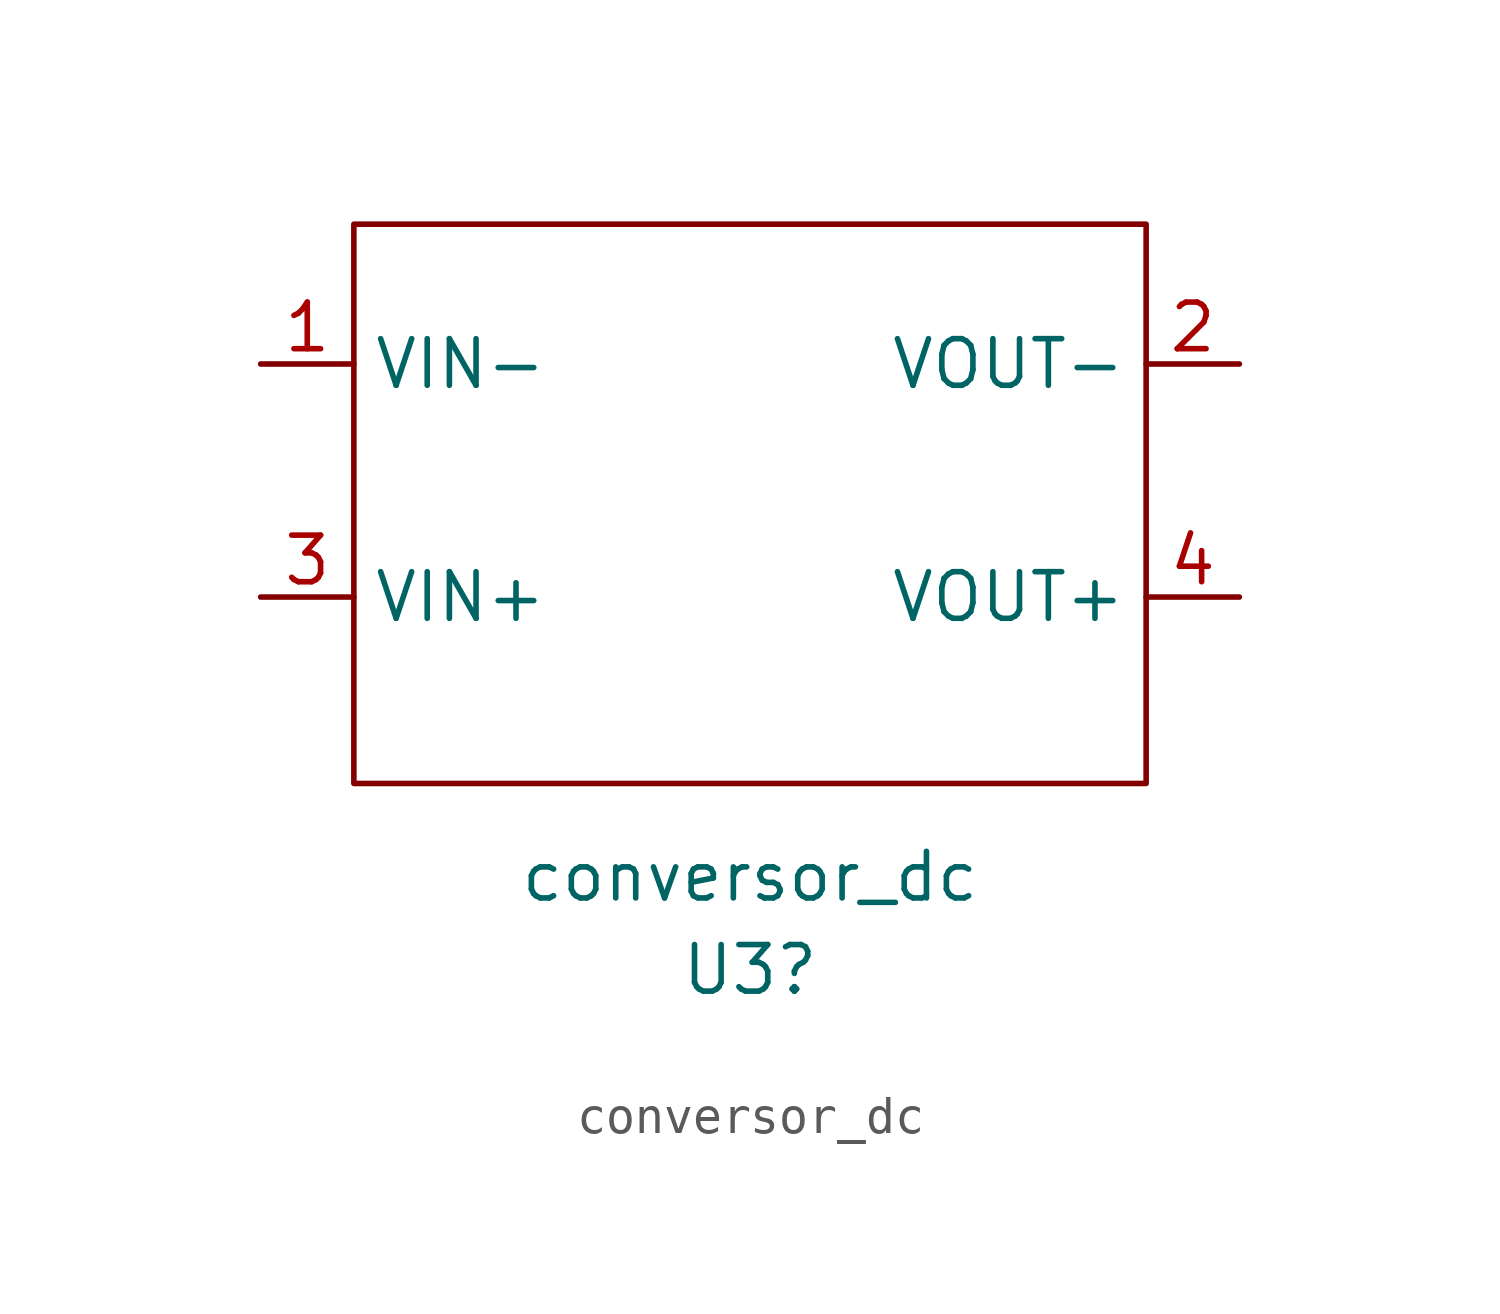
<source format=kicad_sym>
(kicad_symbol_lib
  (version 20211014)
  (generator kicad_symbol_editor)
  (symbol "conversor_dc"
    (property "Reference" "U3"
      (at 10.795 -20.32 0)
      (effects (font (size 1.27 1.27))))
    (property "Value" "conversor_dc"
      (at 10.795 -17.78 0)
      (effects (font (size 1.27 1.27))))
    (symbol "conversor_dc_0_1"
      (rectangle (start 0 0) (end 21.59 -15.24) (stroke (width 0) (type default) (color 0 0 0 0)) (fill (type none))))
    (symbol "conversor_dc_1_1"
      (pin power_in line (at -2.54 -3.81 0) (length 2.54) (name "VIN-" (effects (font (size 1.27 1.27)))) (number "1" (effects (font (size 1.27 1.27)))))
      (pin power_out line (at 24.13 -3.81 180) (length 2.54) (name "VOUT-" (effects (font (size 1.27 1.27)))) (number "2" (effects (font (size 1.27 1.27)))))
      (pin power_in line (at -2.54 -10.16 0) (length 2.54) (name "VIN+" (effects (font (size 1.27 1.27)))) (number "3" (effects (font (size 1.27 1.27)))))
      (pin power_in line (at 24.13 -10.16 180) (length 2.54) (name "VOUT+" (effects (font (size 1.27 1.27)))) (number "4" (effects (font (size 1.27 1.27))))))))
</source>
